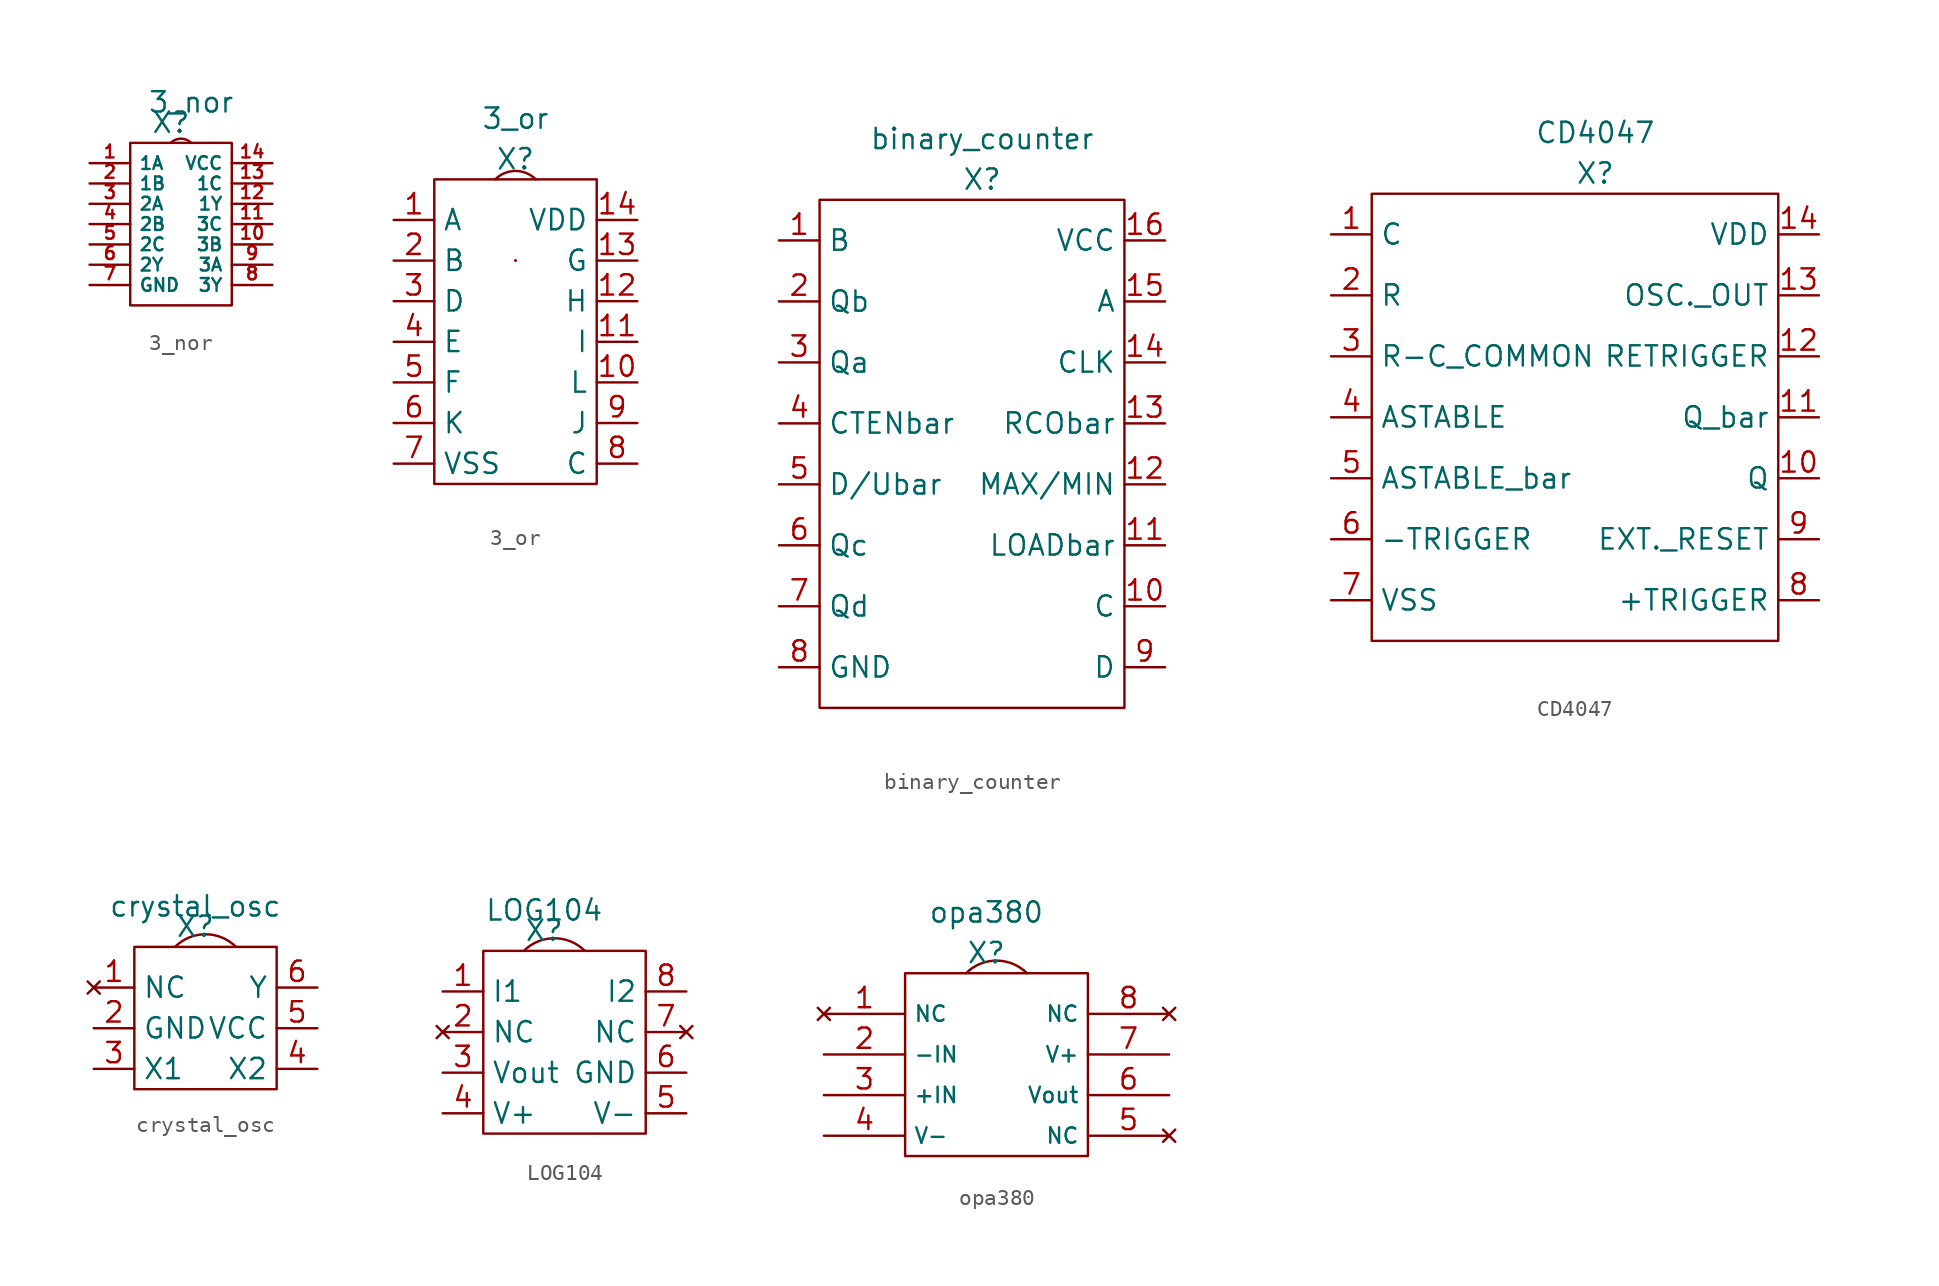
<source format=kicad_sym>
(kicad_symbol_lib
  (version 20211014)
  (generator kicad_symbol_editor)
  (symbol "3_nor"
    (property "Reference" "X"
      (at 10.16 -3.048 0)
      (effects (font (size 1.27 1.27))))
    (property "Value" "3_nor"
      (at 11.43 -1.778 0)
      (effects (font (size 1.27 1.27))))
    (symbol "3_nor_0_1"
      (rectangle (start 7.62 -4.318) (end 13.97 -14.478) (stroke (width 0) (type default) (color 0 0 0 0)) (fill (type none)))
      (arc (start 11.43 -4.318) (mid 10.795 -2.785) (end 10.16 -4.318) (stroke (width 0) (type default) (color 0 0 0 0)) (fill (type none))))
    (symbol "3_nor_1_1"
      (pin input line (at 5.08 -5.588 0) (length 2.54) (name "1A" (effects (font (size 0.8 0.8)))) (number "1" (effects (font (size 0.8 0.8)))))
      (pin input line (at 16.51 -10.668 180) (length 2.54) (name "3B" (effects (font (size 0.8 0.8)))) (number "10" (effects (font (size 0.8 0.8)))))
      (pin input line (at 16.51 -9.398 180) (length 2.54) (name "3C" (effects (font (size 0.8 0.8)))) (number "11" (effects (font (size 0.8 0.8)))))
      (pin output line (at 16.51 -8.128 180) (length 2.54) (name "1Y" (effects (font (size 0.8 0.8)))) (number "12" (effects (font (size 0.8 0.8)))))
      (pin input line (at 16.51 -6.858 180) (length 2.54) (name "1C" (effects (font (size 0.8 0.8)))) (number "13" (effects (font (size 0.8 0.8)))))
      (pin passive line (at 16.51 -5.588 180) (length 2.54) (name "VCC" (effects (font (size 0.8 0.8)))) (number "14" (effects (font (size 0.8 0.8)))))
      (pin input line (at 5.08 -6.858 0) (length 2.54) (name "1B" (effects (font (size 0.8 0.8)))) (number "2" (effects (font (size 0.8 0.8)))))
      (pin input line (at 5.08 -8.128 0) (length 2.54) (name "2A" (effects (font (size 0.8 0.8)))) (number "3" (effects (font (size 0.8 0.8)))))
      (pin input line (at 5.08 -9.398 0) (length 2.54) (name "2B" (effects (font (size 0.8 0.8)))) (number "4" (effects (font (size 0.8 0.8)))))
      (pin input line (at 5.08 -10.668 0) (length 2.54) (name "2C" (effects (font (size 0.8 0.8)))) (number "5" (effects (font (size 0.8 0.8)))))
      (pin output line (at 5.08 -11.938 0) (length 2.54) (name "2Y" (effects (font (size 0.8 0.8)))) (number "6" (effects (font (size 0.8 0.8)))))
      (pin passive line (at 5.08 -13.208 0) (length 2.54) (name "GND" (effects (font (size 0.8 0.8)))) (number "7" (effects (font (size 0.8 0.8)))))
      (pin output line (at 16.51 -13.208 180) (length 2.54) (name "3Y" (effects (font (size 0.8 0.8)))) (number "8" (effects (font (size 0.8 0.8)))))
      (pin input line (at 16.51 -11.938 180) (length 2.54) (name "3A" (effects (font (size 0.8 0.8)))) (number "9" (effects (font (size 0.8 0.8)))))))
  (symbol "3_or"
    (property "Reference" "X"
      (at 15.24 -5.08 0)
      (effects (font (size 1.27 1.27))))
    (property "Value" "3_or"
      (at 15.24 -2.54 0)
      (effects (font (size 1.27 1.27))))
    (symbol "3_or_0_1"
      (rectangle (start 10.16 -6.35) (end 20.32 -25.4) (stroke (width 0) (type default) (color 0 0 0 0)) (fill (type none)))
      (rectangle (start 15.24 -11.43) (end 15.24 -11.43) (stroke (width 0) (type default) (color 0 0 0 0)) (fill (type none)))
      (rectangle (start 15.24 -11.43) (end 15.24 -11.43) (stroke (width 0) (type default) (color 0 0 0 0)) (fill (type none)))
      (rectangle (start 15.24 -11.43) (end 15.24 -11.43) (stroke (width 0) (type default) (color 0 0 0 0)) (fill (type none)))
      (arc (start 16.51 -6.3501) (mid 15.24 -3.2839) (end 13.97 -6.3501) (stroke (width 0) (type default) (color 0 0 0 0)) (fill (type none))))
    (symbol "3_or_1_1"
      (pin input line (at 7.62 -8.89 0) (length 2.54) (name "A" (effects (font (size 1.27 1.27)))) (number "1" (effects (font (size 1.27 1.27)))))
      (pin output line (at 22.86 -19.05 180) (length 2.54) (name "L" (effects (font (size 1.27 1.27)))) (number "10" (effects (font (size 1.27 1.27)))))
      (pin input line (at 22.86 -16.51 180) (length 2.54) (name "I" (effects (font (size 1.27 1.27)))) (number "11" (effects (font (size 1.27 1.27)))))
      (pin input line (at 22.86 -13.97 180) (length 2.54) (name "H" (effects (font (size 1.27 1.27)))) (number "12" (effects (font (size 1.27 1.27)))))
      (pin input line (at 22.86 -11.43 180) (length 2.54) (name "G" (effects (font (size 1.27 1.27)))) (number "13" (effects (font (size 1.27 1.27)))))
      (pin passive line (at 22.86 -8.89 180) (length 2.54) (name "VDD" (effects (font (size 1.27 1.27)))) (number "14" (effects (font (size 1.27 1.27)))))
      (pin input line (at 7.62 -11.43 0) (length 2.54) (name "B" (effects (font (size 1.27 1.27)))) (number "2" (effects (font (size 1.27 1.27)))))
      (pin input line (at 7.62 -13.97 0) (length 2.54) (name "D" (effects (font (size 1.27 1.27)))) (number "3" (effects (font (size 1.27 1.27)))))
      (pin input line (at 7.62 -16.51 0) (length 2.54) (name "E" (effects (font (size 1.27 1.27)))) (number "4" (effects (font (size 1.27 1.27)))))
      (pin input line (at 7.62 -19.05 0) (length 2.54) (name "F" (effects (font (size 1.27 1.27)))) (number "5" (effects (font (size 1.27 1.27)))))
      (pin output line (at 7.62 -21.59 0) (length 2.54) (name "K" (effects (font (size 1.27 1.27)))) (number "6" (effects (font (size 1.27 1.27)))))
      (pin passive line (at 7.62 -24.13 0) (length 2.54) (name "VSS" (effects (font (size 1.27 1.27)))) (number "7" (effects (font (size 1.27 1.27)))))
      (pin input line (at 22.86 -24.13 180) (length 2.54) (name "C" (effects (font (size 1.27 1.27)))) (number "8" (effects (font (size 1.27 1.27)))))
      (pin output line (at 22.86 -21.59 180) (length 2.54) (name "J" (effects (font (size 1.27 1.27)))) (number "9" (effects (font (size 1.27 1.27)))))))
  (symbol "binary_counter"
    (property "Reference" "X"
      (at 2.54 0 0)
      (effects (font (size 1.27 1.27))))
    (property "Value" "binary_counter"
      (at 2.54 2.54 0)
      (effects (font (size 1.27 1.27))))
    (symbol "binary_counter_0_1"
      (rectangle (start -7.62 -1.27) (end 11.43 -33.02) (stroke (width 0) (type default) (color 0 0 0 0)) (fill (type none))))
    (symbol "binary_counter_1_1"
      (pin input line (at -10.16 -3.81 0) (length 2.54) (name "B" (effects (font (size 1.27 1.27)))) (number "1" (effects (font (size 1.27 1.27)))))
      (pin input line (at 13.97 -26.67 180) (length 2.54) (name "C" (effects (font (size 1.27 1.27)))) (number "10" (effects (font (size 1.27 1.27)))))
      (pin input line (at 13.97 -22.86 180) (length 2.54) (name "LOADbar" (effects (font (size 1.27 1.27)))) (number "11" (effects (font (size 1.27 1.27)))))
      (pin output line (at 13.97 -19.05 180) (length 2.54) (name "MAX/MIN" (effects (font (size 1.27 1.27)))) (number "12" (effects (font (size 1.27 1.27)))))
      (pin output line (at 13.97 -15.24 180) (length 2.54) (name "RCObar" (effects (font (size 1.27 1.27)))) (number "13" (effects (font (size 1.27 1.27)))))
      (pin input line (at 13.97 -11.43 180) (length 2.54) (name "CLK" (effects (font (size 1.27 1.27)))) (number "14" (effects (font (size 1.27 1.27)))))
      (pin input line (at 13.97 -7.62 180) (length 2.54) (name "A" (effects (font (size 1.27 1.27)))) (number "15" (effects (font (size 1.27 1.27)))))
      (pin passive line (at 13.97 -3.81 180) (length 2.54) (name "VCC" (effects (font (size 1.27 1.27)))) (number "16" (effects (font (size 1.27 1.27)))))
      (pin output line (at -10.16 -7.62 0) (length 2.54) (name "Qb" (effects (font (size 1.27 1.27)))) (number "2" (effects (font (size 1.27 1.27)))))
      (pin output line (at -10.16 -11.43 0) (length 2.54) (name "Qa" (effects (font (size 1.27 1.27)))) (number "3" (effects (font (size 1.27 1.27)))))
      (pin input line (at -10.16 -15.24 0) (length 2.54) (name "CTENbar" (effects (font (size 1.27 1.27)))) (number "4" (effects (font (size 1.27 1.27)))))
      (pin input line (at -10.16 -19.05 0) (length 2.54) (name "D/Ubar" (effects (font (size 1.27 1.27)))) (number "5" (effects (font (size 1.27 1.27)))))
      (pin output line (at -10.16 -22.86 0) (length 2.54) (name "Qc" (effects (font (size 1.27 1.27)))) (number "6" (effects (font (size 1.27 1.27)))))
      (pin output line (at -10.16 -26.67 0) (length 2.54) (name "Qd" (effects (font (size 1.27 1.27)))) (number "7" (effects (font (size 1.27 1.27)))))
      (pin passive line (at -10.16 -30.48 0) (length 2.54) (name "GND" (effects (font (size 1.27 1.27)))) (number "8" (effects (font (size 1.27 1.27)))))
      (pin input line (at 13.97 -30.48 180) (length 2.54) (name "D" (effects (font (size 1.27 1.27)))) (number "9" (effects (font (size 1.27 1.27)))))))
  (symbol "CD4047"
    (property "Reference" "X"
      (at 6.35 0 0)
      (effects (font (size 1.27 1.27))))
    (property "Value" "CD4047"
      (at 6.35 2.54 0)
      (effects (font (size 1.27 1.27))))
    (symbol "CD4047_0_1"
      (rectangle (start -7.62 -1.27) (end 17.78 -29.21) (stroke (width 0) (type default) (color 0 0 0 0)) (fill (type none))))
    (symbol "CD4047_1_1"
      (pin passive line (at -10.16 -3.81 0) (length 2.54) (name "C" (effects (font (size 1.27 1.27)))) (number "1" (effects (font (size 1.27 1.27)))))
      (pin output line (at 20.32 -19.05 180) (length 2.54) (name "Q" (effects (font (size 1.27 1.27)))) (number "10" (effects (font (size 1.27 1.27)))))
      (pin output line (at 20.32 -15.24 180) (length 2.54) (name "Q_bar" (effects (font (size 1.27 1.27)))) (number "11" (effects (font (size 1.27 1.27)))))
      (pin input line (at 20.32 -11.43 180) (length 2.54) (name "RETRIGGER" (effects (font (size 1.27 1.27)))) (number "12" (effects (font (size 1.27 1.27)))))
      (pin output line (at 20.32 -7.62 180) (length 2.54) (name "OSC._OUT" (effects (font (size 1.27 1.27)))) (number "13" (effects (font (size 1.27 1.27)))))
      (pin passive line (at 20.32 -3.81 180) (length 2.54) (name "VDD" (effects (font (size 1.27 1.27)))) (number "14" (effects (font (size 1.27 1.27)))))
      (pin passive line (at -10.16 -7.62 0) (length 2.54) (name "R" (effects (font (size 1.27 1.27)))) (number "2" (effects (font (size 1.27 1.27)))))
      (pin passive line (at -10.16 -11.43 0) (length 2.54) (name "R-C_COMMON" (effects (font (size 1.27 1.27)))) (number "3" (effects (font (size 1.27 1.27)))))
      (pin input line (at -10.16 -15.24 0) (length 2.54) (name "ASTABLE" (effects (font (size 1.27 1.27)))) (number "4" (effects (font (size 1.27 1.27)))))
      (pin input line (at -10.16 -19.05 0) (length 2.54) (name "ASTABLE_bar" (effects (font (size 1.27 1.27)))) (number "5" (effects (font (size 1.27 1.27)))))
      (pin input line (at -10.16 -22.86 0) (length 2.54) (name "-TRIGGER" (effects (font (size 1.27 1.27)))) (number "6" (effects (font (size 1.27 1.27)))))
      (pin passive line (at -10.16 -26.67 0) (length 2.54) (name "VSS" (effects (font (size 1.27 1.27)))) (number "7" (effects (font (size 1.27 1.27)))))
      (pin input line (at 20.32 -26.67 180) (length 2.54) (name "+TRIGGER" (effects (font (size 1.27 1.27)))) (number "8" (effects (font (size 1.27 1.27)))))
      (pin input line (at 20.32 -22.86 180) (length 2.54) (name "EXT._RESET" (effects (font (size 1.27 1.27)))) (number "9" (effects (font (size 1.27 1.27)))))))
  (symbol "crystal_osc"
    (property "Reference" "X"
      (at 1.27 1.27 0)
      (effects (font (size 1.27 1.27))))
    (property "Value" "crystal_osc"
      (at 1.27 2.54 0)
      (effects (font (size 1.27 1.27))))
    (symbol "crystal_osc_0_1"
      (rectangle (start -2.54 0) (end 6.35 -8.89) (stroke (width 0) (type default) (color 0 0 0 0)) (fill (type none)))
      (arc (start 3.81 0) (mid 1.905 4.5991) (end 0 0) (stroke (width 0) (type default) (color 0 0 0 0)) (fill (type none))))
    (symbol "crystal_osc_1_1"
      (pin no_connect line (at -5.08 -2.54 0) (length 2.54) (name "NC" (effects (font (size 1.27 1.27)))) (number "1" (effects (font (size 1.27 1.27)))))
      (pin passive line (at -5.08 -5.08 0) (length 2.54) (name "GND" (effects (font (size 1.27 1.27)))) (number "2" (effects (font (size 1.27 1.27)))))
      (pin input line (at -5.08 -7.62 0) (length 2.54) (name "X1" (effects (font (size 1.27 1.27)))) (number "3" (effects (font (size 1.27 1.27)))))
      (pin output line (at 8.89 -7.62 180) (length 2.54) (name "X2" (effects (font (size 1.27 1.27)))) (number "4" (effects (font (size 1.27 1.27)))))
      (pin passive line (at 8.89 -5.08 180) (length 2.54) (name "VCC" (effects (font (size 1.27 1.27)))) (number "5" (effects (font (size 1.27 1.27)))))
      (pin output line (at 8.89 -2.54 180) (length 2.54) (name "Y" (effects (font (size 1.27 1.27)))) (number "6" (effects (font (size 1.27 1.27)))))))
  (symbol "LOG104"
    (property "Reference" "X"
      (at 1.27 1.27 0)
      (effects (font (size 1.27 1.27))))
    (property "Value" "LOG104"
      (at 1.27 2.54 0)
      (effects (font (size 1.27 1.27))))
    (symbol "LOG104_0_1"
      (rectangle (start -2.54 0) (end 7.62 -11.43) (stroke (width 0) (type default) (color 0 0 0 0)) (fill (type none)))
      (arc (start 3.81 0) (mid 1.905 4.5991) (end 0 0) (stroke (width 0) (type default) (color 0 0 0 0)) (fill (type none))))
    (symbol "LOG104_1_1"
      (pin input line (at -5.08 -2.54 0) (length 2.54) (name "I1" (effects (font (size 1.27 1.27)))) (number "1" (effects (font (size 1.27 1.27)))))
      (pin no_connect line (at -5.08 -5.08 0) (length 2.54) (name "NC" (effects (font (size 1.27 1.27)))) (number "2" (effects (font (size 1.27 1.27)))))
      (pin output line (at -5.08 -7.62 0) (length 2.54) (name "Vout" (effects (font (size 1.27 1.27)))) (number "3" (effects (font (size 1.27 1.27)))))
      (pin passive line (at -5.08 -10.16 0) (length 2.54) (name "V+" (effects (font (size 1.27 1.27)))) (number "4" (effects (font (size 1.27 1.27)))))
      (pin passive line (at 10.16 -10.16 180) (length 2.54) (name "V-" (effects (font (size 1.27 1.27)))) (number "5" (effects (font (size 1.27 1.27)))))
      (pin passive line (at 10.16 -7.62 180) (length 2.54) (name "GND" (effects (font (size 1.27 1.27)))) (number "6" (effects (font (size 1.27 1.27)))))
      (pin no_connect line (at 10.16 -5.08 180) (length 2.54) (name "NC" (effects (font (size 1.27 1.27)))) (number "7" (effects (font (size 1.27 1.27)))))
      (pin input line (at 10.16 -2.54 180) (length 2.54) (name "I2" (effects (font (size 1.27 1.27)))) (number "8" (effects (font (size 1.27 1.27)))))))
  (symbol "opa380"
    (property "Reference" "X"
      (at 2.54 2.54 0)
      (effects (font (size 1.27 1.27))))
    (property "Value" "opa380"
      (at 2.54 5.08 0)
      (effects (font (size 1.27 1.27))))
    (symbol "opa380_0_1"
      (rectangle (start -2.54 0) (end -2.54 0) (stroke (width 0) (type default) (color 0 0 0 0)) (fill (type none)))
      (rectangle (start -2.54 1.27) (end 8.89 -10.16) (stroke (width 0) (type default) (color 0 0 0 0)) (fill (type none)))
      (arc (start 5.08 1.27) (mid 3.175 5.8691) (end 1.27 1.27) (stroke (width 0) (type default) (color 0 0 0 0)) (fill (type none))))
    (symbol "opa380_1_1"
      (pin no_connect line (at -7.62 -1.27 0) (length 5.08) (name "NC" (effects (font (size 0.965 0.965)))) (number "1" (effects (font (size 1.27 1.27)))))
      (pin input line (at -7.62 -3.81 0) (length 5.08) (name "-IN" (effects (font (size 0.965 0.965)))) (number "2" (effects (font (size 1.27 1.27)))))
      (pin input line (at -7.62 -6.35 0) (length 5.08) (name "+IN" (effects (font (size 0.965 0.965)))) (number "3" (effects (font (size 1.27 1.27)))))
      (pin passive line (at -7.62 -8.89 0) (length 5.08) (name "V-" (effects (font (size 0.965 0.965)))) (number "4" (effects (font (size 1.27 1.27)))))
      (pin no_connect line (at 13.97 -8.89 180) (length 5.08) (name "NC" (effects (font (size 0.965 0.965)))) (number "5" (effects (font (size 1.27 1.27)))))
      (pin output line (at 13.97 -6.35 180) (length 5.08) (name "Vout" (effects (font (size 0.965 0.965)))) (number "6" (effects (font (size 1.27 1.27)))))
      (pin passive line (at 13.97 -3.81 180) (length 5.08) (name "V+" (effects (font (size 0.965 0.965)))) (number "7" (effects (font (size 1.27 1.27)))))
      (pin no_connect line (at 13.97 -1.27 180) (length 5.08) (name "NC" (effects (font (size 0.965 0.965)))) (number "8" (effects (font (size 1.27 1.27))))))))
</source>
